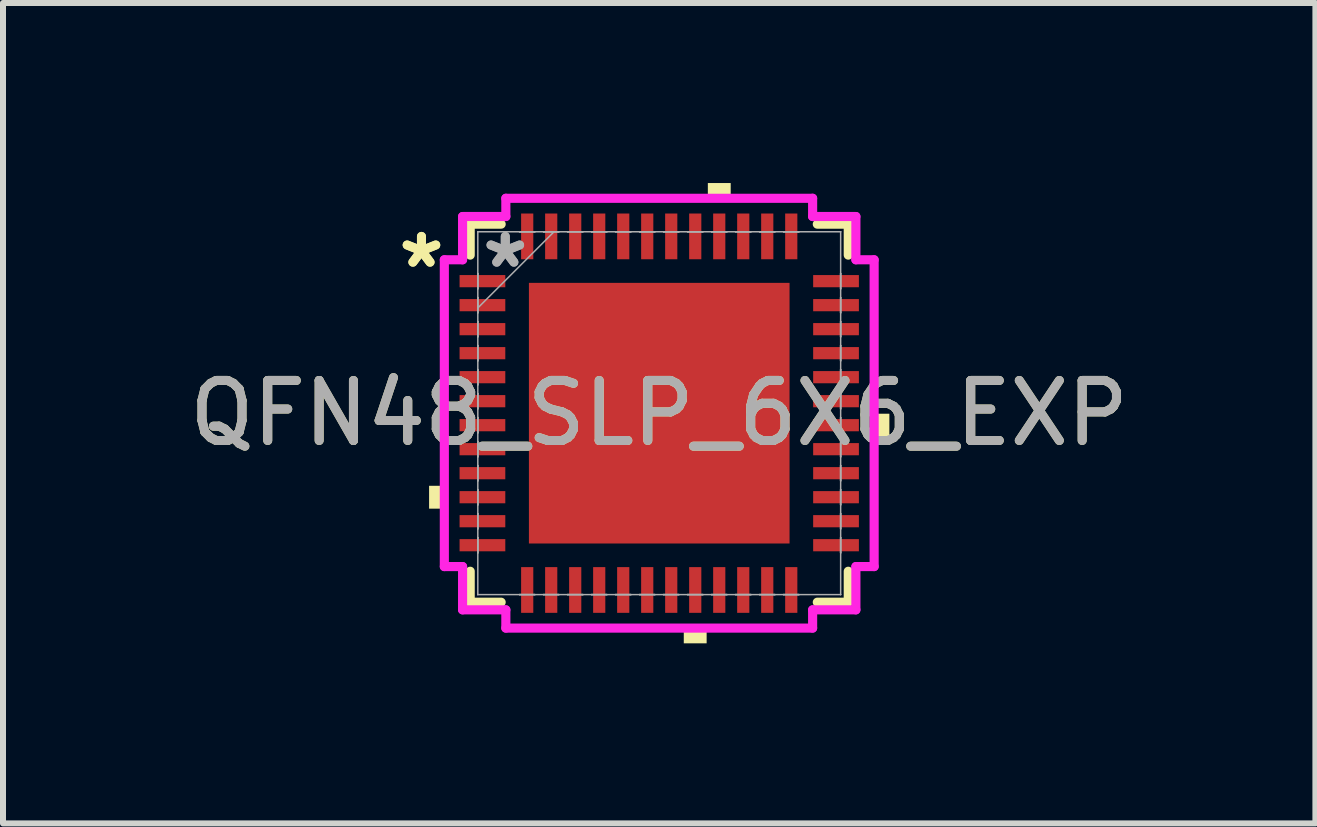
<source format=kicad_pcb>
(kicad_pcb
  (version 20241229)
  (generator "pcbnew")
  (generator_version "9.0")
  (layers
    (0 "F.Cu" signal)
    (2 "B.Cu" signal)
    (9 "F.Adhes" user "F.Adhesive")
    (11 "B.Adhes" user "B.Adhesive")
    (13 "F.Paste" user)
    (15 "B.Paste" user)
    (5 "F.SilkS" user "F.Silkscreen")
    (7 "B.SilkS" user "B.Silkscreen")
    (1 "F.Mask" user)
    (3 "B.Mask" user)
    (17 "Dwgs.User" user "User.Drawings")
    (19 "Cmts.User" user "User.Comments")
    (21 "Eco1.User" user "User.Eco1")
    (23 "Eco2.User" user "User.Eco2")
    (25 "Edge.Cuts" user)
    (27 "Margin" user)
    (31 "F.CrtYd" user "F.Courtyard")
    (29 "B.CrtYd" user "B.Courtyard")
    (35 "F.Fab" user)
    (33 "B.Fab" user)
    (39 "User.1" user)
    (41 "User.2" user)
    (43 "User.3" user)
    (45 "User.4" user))
  (footprint "QFN48_SLP_6X6_EXP"
    (layer "F.Cu")
    (at 7.935 3.835)
    (property "Reference" "QFN48_SLP_6X6_EXP" (at 0 0 0) (unlocked yes) (layer "F.SilkS") (effects (font (size 1 1) (thickness 0.15))))
    (attr smd)
    (fp_line (start -3.15 -3.15) (end -3.15 -2.634) (stroke (width 0.152) (type solid)) (layer "F.SilkS"))
    (fp_line (start -3.15 2.634) (end -3.15 3.15) (stroke (width 0.152) (type solid)) (layer "F.SilkS"))
    (fp_line (start -3.15 3.15) (end -2.634 3.15) (stroke (width 0.152) (type solid)) (layer "F.SilkS"))
    (fp_line (start -2.634 -3.15) (end -3.15 -3.15) (stroke (width 0.152) (type solid)) (layer "F.SilkS"))
    (fp_line (start 2.634 3.15) (end 3.15 3.15) (stroke (width 0.152) (type solid)) (layer "F.SilkS"))
    (fp_line (start 3.15 -3.15) (end 2.634 -3.15) (stroke (width 0.152) (type solid)) (layer "F.SilkS"))
    (fp_line (start 3.15 -2.634) (end 3.15 -3.15) (stroke (width 0.152) (type solid)) (layer "F.SilkS"))
    (fp_line (start 3.15 3.15) (end 3.15 2.634) (stroke (width 0.152) (type solid)) (layer "F.SilkS"))
    (fp_poly (pts (xy -3.835 1.21) (xy -3.835 1.591) (xy -3.581 1.591) (xy -3.581 1.21)) (stroke (width 0) (type solid)) (fill yes) (layer "F.SilkS"))
    (fp_poly (pts (xy 0.409 3.581) (xy 0.409 3.835) (xy 0.79 3.835) (xy 0.79 3.581)) (stroke (width 0) (type solid)) (fill yes) (layer "F.SilkS"))
    (fp_poly (pts (xy 0.81 -3.581) (xy 0.81 -3.835) (xy 1.191 -3.835) (xy 1.191 -3.581)) (stroke (width 0) (type solid)) (fill yes) (layer "F.SilkS"))
    (fp_poly (pts (xy 3.835 0.009) (xy 3.835 0.391) (xy 3.581 0.391) (xy 3.581 0.009)) (stroke (width 0) (type solid)) (fill yes) (layer "F.SilkS"))
    (fp_poly (pts (xy -2.072 -2.072) (xy -2.072 -0.824) (xy -0.824 -0.824) (xy -0.824 -2.072)) (stroke (width 0) (type solid)) (fill yes) (layer "F.Paste"))
    (fp_poly (pts (xy -2.072 -0.624) (xy -2.072 0.624) (xy -0.824 0.624) (xy -0.824 -0.624)) (stroke (width 0) (type solid)) (fill yes) (layer "F.Paste"))
    (fp_poly (pts (xy -2.072 0.824) (xy -2.072 2.072) (xy -0.824 2.072) (xy -0.824 0.824)) (stroke (width 0) (type solid)) (fill yes) (layer "F.Paste"))
    (fp_poly (pts (xy -0.624 -2.072) (xy -0.624 -0.824) (xy 0.624 -0.824) (xy 0.624 -2.072)) (stroke (width 0) (type solid)) (fill yes) (layer "F.Paste"))
    (fp_poly (pts (xy -0.624 -0.624) (xy -0.624 0.624) (xy 0.624 0.624) (xy 0.624 -0.624)) (stroke (width 0) (type solid)) (fill yes) (layer "F.Paste"))
    (fp_poly (pts (xy -0.624 0.824) (xy -0.624 2.072) (xy 0.624 2.072) (xy 0.624 0.824)) (stroke (width 0) (type solid)) (fill yes) (layer "F.Paste"))
    (fp_poly (pts (xy 0.824 -2.072) (xy 0.824 -0.824) (xy 2.072 -0.824) (xy 2.072 -2.072)) (stroke (width 0) (type solid)) (fill yes) (layer "F.Paste"))
    (fp_poly (pts (xy 0.824 -0.624) (xy 0.824 0.624) (xy 2.072 0.624) (xy 2.072 -0.624)) (stroke (width 0) (type solid)) (fill yes) (layer "F.Paste"))
    (fp_poly (pts (xy 0.824 0.824) (xy 0.824 2.072) (xy 2.072 2.072) (xy 2.072 0.824)) (stroke (width 0) (type solid)) (fill yes) (layer "F.Paste"))
    (fp_line (start -3.581 -2.556) (end -3.277 -2.556) (stroke (width 0.152) (type solid)) (layer "F.CrtYd"))
    (fp_line (start -3.581 2.556) (end -3.581 -2.556) (stroke (width 0.152) (type solid)) (layer "F.CrtYd"))
    (fp_line (start -3.277 -3.277) (end -2.556 -3.277) (stroke (width 0.152) (type solid)) (layer "F.CrtYd"))
    (fp_line (start -3.277 -2.556) (end -3.277 -3.277) (stroke (width 0.152) (type solid)) (layer "F.CrtYd"))
    (fp_line (start -3.277 2.556) (end -3.581 2.556) (stroke (width 0.152) (type solid)) (layer "F.CrtYd"))
    (fp_line (start -3.277 3.277) (end -3.277 2.556) (stroke (width 0.152) (type solid)) (layer "F.CrtYd"))
    (fp_line (start -2.556 -3.581) (end 2.556 -3.581) (stroke (width 0.152) (type solid)) (layer "F.CrtYd"))
    (fp_line (start -2.556 -3.277) (end -2.556 -3.581) (stroke (width 0.152) (type solid)) (layer "F.CrtYd"))
    (fp_line (start -2.556 3.277) (end -3.277 3.277) (stroke (width 0.152) (type solid)) (layer "F.CrtYd"))
    (fp_line (start -2.556 3.581) (end -2.556 3.277) (stroke (width 0.152) (type solid)) (layer "F.CrtYd"))
    (fp_line (start 2.556 -3.581) (end 2.556 -3.277) (stroke (width 0.152) (type solid)) (layer "F.CrtYd"))
    (fp_line (start 2.556 -3.277) (end 3.277 -3.277) (stroke (width 0.152) (type solid)) (layer "F.CrtYd"))
    (fp_line (start 2.556 3.277) (end 2.556 3.581) (stroke (width 0.152) (type solid)) (layer "F.CrtYd"))
    (fp_line (start 2.556 3.581) (end -2.556 3.581) (stroke (width 0.152) (type solid)) (layer "F.CrtYd"))
    (fp_line (start 3.277 -3.277) (end 3.277 -2.556) (stroke (width 0.152) (type solid)) (layer "F.CrtYd"))
    (fp_line (start 3.277 -2.556) (end 3.581 -2.556) (stroke (width 0.152) (type solid)) (layer "F.CrtYd"))
    (fp_line (start 3.277 2.556) (end 3.277 3.277) (stroke (width 0.152) (type solid)) (layer "F.CrtYd"))
    (fp_line (start 3.277 3.277) (end 2.556 3.277) (stroke (width 0.152) (type solid)) (layer "F.CrtYd"))
    (fp_line (start 3.581 -2.556) (end 3.581 2.556) (stroke (width 0.152) (type solid)) (layer "F.CrtYd"))
    (fp_line (start 3.581 2.556) (end 3.277 2.556) (stroke (width 0.152) (type solid)) (layer "F.CrtYd"))
    (fp_line (start -3.023 -3.023) (end -3.023 -3.023) (stroke (width 0.025) (type solid)) (layer "F.Fab"))
    (fp_line (start -3.023 -3.023) (end -3.023 3.023) (stroke (width 0.025) (type solid)) (layer "F.Fab"))
    (fp_line (start -3.023 -2.327) (end -3.023 -2.327) (stroke (width 0.025) (type solid)) (layer "F.Fab"))
    (fp_line (start -3.023 -2.327) (end -3.023 -2.073) (stroke (width 0.025) (type solid)) (layer "F.Fab"))
    (fp_line (start -3.023 -2.073) (end -3.023 -2.327) (stroke (width 0.025) (type solid)) (layer "F.Fab"))
    (fp_line (start -3.023 -2.073) (end -3.023 -2.073) (stroke (width 0.025) (type solid)) (layer "F.Fab"))
    (fp_line (start -3.023 -1.927) (end -3.023 -1.927) (stroke (width 0.025) (type solid)) (layer "F.Fab"))
    (fp_line (start -3.023 -1.927) (end -3.023 -1.673) (stroke (width 0.025) (type solid)) (layer "F.Fab"))
    (fp_line (start -3.023 -1.753) (end -1.753 -3.023) (stroke (width 0.025) (type solid)) (layer "F.Fab"))
    (fp_line (start -3.023 -1.673) (end -3.023 -1.927) (stroke (width 0.025) (type solid)) (layer "F.Fab"))
    (fp_line (start -3.023 -1.673) (end -3.023 -1.673) (stroke (width 0.025) (type solid)) (layer "F.Fab"))
    (fp_line (start -3.023 -1.527) (end -3.023 -1.527) (stroke (width 0.025) (type solid)) (layer "F.Fab"))
    (fp_line (start -3.023 -1.527) (end -3.023 -1.273) (stroke (width 0.025) (type solid)) (layer "F.Fab"))
    (fp_line (start -3.023 -1.273) (end -3.023 -1.527) (stroke (width 0.025) (type solid)) (layer "F.Fab"))
    (fp_line (start -3.023 -1.273) (end -3.023 -1.273) (stroke (width 0.025) (type solid)) (layer "F.Fab"))
    (fp_line (start -3.023 -1.127) (end -3.023 -1.127) (stroke (width 0.025) (type solid)) (layer "F.Fab"))
    (fp_line (start -3.023 -1.127) (end -3.023 -0.873) (stroke (width 0.025) (type solid)) (layer "F.Fab"))
    (fp_line (start -3.023 -0.873) (end -3.023 -1.127) (stroke (width 0.025) (type solid)) (layer "F.Fab"))
    (fp_line (start -3.023 -0.873) (end -3.023 -0.873) (stroke (width 0.025) (type solid)) (layer "F.Fab"))
    (fp_line (start -3.023 -0.727) (end -3.023 -0.727) (stroke (width 0.025) (type solid)) (layer "F.Fab"))
    (fp_line (start -3.023 -0.727) (end -3.023 -0.473) (stroke (width 0.025) (type solid)) (layer "F.Fab"))
    (fp_line (start -3.023 -0.473) (end -3.023 -0.727) (stroke (width 0.025) (type solid)) (layer "F.Fab"))
    (fp_line (start -3.023 -0.473) (end -3.023 -0.473) (stroke (width 0.025) (type solid)) (layer "F.Fab"))
    (fp_line (start -3.023 -0.327) (end -3.023 -0.327) (stroke (width 0.025) (type solid)) (layer "F.Fab"))
    (fp_line (start -3.023 -0.327) (end -3.023 -0.073) (stroke (width 0.025) (type solid)) (layer "F.Fab"))
    (fp_line (start -3.023 -0.073) (end -3.023 -0.327) (stroke (width 0.025) (type solid)) (layer "F.Fab"))
    (fp_line (start -3.023 -0.073) (end -3.023 -0.073) (stroke (width 0.025) (type solid)) (layer "F.Fab"))
    (fp_line (start -3.023 0.073) (end -3.023 0.073) (stroke (width 0.025) (type solid)) (layer "F.Fab"))
    (fp_line (start -3.023 0.073) (end -3.023 0.327) (stroke (width 0.025) (type solid)) (layer "F.Fab"))
    (fp_line (start -3.023 0.327) (end -3.023 0.073) (stroke (width 0.025) (type solid)) (layer "F.Fab"))
    (fp_line (start -3.023 0.327) (end -3.023 0.327) (stroke (width 0.025) (type solid)) (layer "F.Fab"))
    (fp_line (start -3.023 0.473) (end -3.023 0.473) (stroke (width 0.025) (type solid)) (layer "F.Fab"))
    (fp_line (start -3.023 0.473) (end -3.023 0.727) (stroke (width 0.025) (type solid)) (layer "F.Fab"))
    (fp_line (start -3.023 0.727) (end -3.023 0.473) (stroke (width 0.025) (type solid)) (layer "F.Fab"))
    (fp_line (start -3.023 0.727) (end -3.023 0.727) (stroke (width 0.025) (type solid)) (layer "F.Fab"))
    (fp_line (start -3.023 0.873) (end -3.023 0.873) (stroke (width 0.025) (type solid)) (layer "F.Fab"))
    (fp_line (start -3.023 0.873) (end -3.023 1.127) (stroke (width 0.025) (type solid)) (layer "F.Fab"))
    (fp_line (start -3.023 1.127) (end -3.023 0.873) (stroke (width 0.025) (type solid)) (layer "F.Fab"))
    (fp_line (start -3.023 1.127) (end -3.023 1.127) (stroke (width 0.025) (type solid)) (layer "F.Fab"))
    (fp_line (start -3.023 1.273) (end -3.023 1.273) (stroke (width 0.025) (type solid)) (layer "F.Fab"))
    (fp_line (start -3.023 1.273) (end -3.023 1.527) (stroke (width 0.025) (type solid)) (layer "F.Fab"))
    (fp_line (start -3.023 1.527) (end -3.023 1.273) (stroke (width 0.025) (type solid)) (layer "F.Fab"))
    (fp_line (start -3.023 1.527) (end -3.023 1.527) (stroke (width 0.025) (type solid)) (layer "F.Fab"))
    (fp_line (start -3.023 1.673) (end -3.023 1.673) (stroke (width 0.025) (type solid)) (layer "F.Fab"))
    (fp_line (start -3.023 1.673) (end -3.023 1.927) (stroke (width 0.025) (type solid)) (layer "F.Fab"))
    (fp_line (start -3.023 1.927) (end -3.023 1.673) (stroke (width 0.025) (type solid)) (layer "F.Fab"))
    (fp_line (start -3.023 1.927) (end -3.023 1.927) (stroke (width 0.025) (type solid)) (layer "F.Fab"))
    (fp_line (start -3.023 2.073) (end -3.023 2.073) (stroke (width 0.025) (type solid)) (layer "F.Fab"))
    (fp_line (start -3.023 2.073) (end -3.023 2.327) (stroke (width 0.025) (type solid)) (layer "F.Fab"))
    (fp_line (start -3.023 2.327) (end -3.023 2.073) (stroke (width 0.025) (type solid)) (layer "F.Fab"))
    (fp_line (start -3.023 2.327) (end -3.023 2.327) (stroke (width 0.025) (type solid)) (layer "F.Fab"))
    (fp_line (start -3.023 3.023) (end -3.023 3.023) (stroke (width 0.025) (type solid)) (layer "F.Fab"))
    (fp_line (start -3.023 3.023) (end 3.023 3.023) (stroke (width 0.025) (type solid)) (layer "F.Fab"))
    (fp_line (start -2.327 -3.023) (end -2.327 -3.023) (stroke (width 0.025) (type solid)) (layer "F.Fab"))
    (fp_line (start -2.327 -3.023) (end -2.073 -3.023) (stroke (width 0.025) (type solid)) (layer "F.Fab"))
    (fp_line (start -2.327 3.023) (end -2.327 3.023) (stroke (width 0.025) (type solid)) (layer "F.Fab"))
    (fp_line (start -2.327 3.023) (end -2.073 3.023) (stroke (width 0.025) (type solid)) (layer "F.Fab"))
    (fp_line (start -2.073 -3.023) (end -2.327 -3.023) (stroke (width 0.025) (type solid)) (layer "F.Fab"))
    (fp_line (start -2.073 -3.023) (end -2.073 -3.023) (stroke (width 0.025) (type solid)) (layer "F.Fab"))
    (fp_line (start -2.073 3.023) (end -2.327 3.023) (stroke (width 0.025) (type solid)) (layer "F.Fab"))
    (fp_line (start -2.073 3.023) (end -2.073 3.023) (stroke (width 0.025) (type solid)) (layer "F.Fab"))
    (fp_line (start -1.927 -3.023) (end -1.927 -3.023) (stroke (width 0.025) (type solid)) (layer "F.Fab"))
    (fp_line (start -1.927 -3.023) (end -1.673 -3.023) (stroke (width 0.025) (type solid)) (layer "F.Fab"))
    (fp_line (start -1.927 3.023) (end -1.927 3.023) (stroke (width 0.025) (type solid)) (layer "F.Fab"))
    (fp_line (start -1.927 3.023) (end -1.673 3.023) (stroke (width 0.025) (type solid)) (layer "F.Fab"))
    (fp_line (start -1.673 -3.023) (end -1.927 -3.023) (stroke (width 0.025) (type solid)) (layer "F.Fab"))
    (fp_line (start -1.673 -3.023) (end -1.673 -3.023) (stroke (width 0.025) (type solid)) (layer "F.Fab"))
    (fp_line (start -1.673 3.023) (end -1.927 3.023) (stroke (width 0.025) (type solid)) (layer "F.Fab"))
    (fp_line (start -1.673 3.023) (end -1.673 3.023) (stroke (width 0.025) (type solid)) (layer "F.Fab"))
    (fp_line (start -1.527 -3.023) (end -1.527 -3.023) (stroke (width 0.025) (type solid)) (layer "F.Fab"))
    (fp_line (start -1.527 -3.023) (end -1.273 -3.023) (stroke (width 0.025) (type solid)) (layer "F.Fab"))
    (fp_line (start -1.527 3.023) (end -1.527 3.023) (stroke (width 0.025) (type solid)) (layer "F.Fab"))
    (fp_line (start -1.527 3.023) (end -1.273 3.023) (stroke (width 0.025) (type solid)) (layer "F.Fab"))
    (fp_line (start -1.273 -3.023) (end -1.527 -3.023) (stroke (width 0.025) (type solid)) (layer "F.Fab"))
    (fp_line (start -1.273 -3.023) (end -1.273 -3.023) (stroke (width 0.025) (type solid)) (layer "F.Fab"))
    (fp_line (start -1.273 3.023) (end -1.527 3.023) (stroke (width 0.025) (type solid)) (layer "F.Fab"))
    (fp_line (start -1.273 3.023) (end -1.273 3.023) (stroke (width 0.025) (type solid)) (layer "F.Fab"))
    (fp_line (start -1.127 -3.023) (end -1.127 -3.023) (stroke (width 0.025) (type solid)) (layer "F.Fab"))
    (fp_line (start -1.127 -3.023) (end -0.873 -3.023) (stroke (width 0.025) (type solid)) (layer "F.Fab"))
    (fp_line (start -1.127 3.023) (end -1.127 3.023) (stroke (width 0.025) (type solid)) (layer "F.Fab"))
    (fp_line (start -1.127 3.023) (end -0.873 3.023) (stroke (width 0.025) (type solid)) (layer "F.Fab"))
    (fp_line (start -0.873 -3.023) (end -1.127 -3.023) (stroke (width 0.025) (type solid)) (layer "F.Fab"))
    (fp_line (start -0.873 -3.023) (end -0.873 -3.023) (stroke (width 0.025) (type solid)) (layer "F.Fab"))
    (fp_line (start -0.873 3.023) (end -1.127 3.023) (stroke (width 0.025) (type solid)) (layer "F.Fab"))
    (fp_line (start -0.873 3.023) (end -0.873 3.023) (stroke (width 0.025) (type solid)) (layer "F.Fab"))
    (fp_line (start -0.727 -3.023) (end -0.727 -3.023) (stroke (width 0.025) (type solid)) (layer "F.Fab"))
    (fp_line (start -0.727 -3.023) (end -0.473 -3.023) (stroke (width 0.025) (type solid)) (layer "F.Fab"))
    (fp_line (start -0.727 3.023) (end -0.727 3.023) (stroke (width 0.025) (type solid)) (layer "F.Fab"))
    (fp_line (start -0.727 3.023) (end -0.473 3.023) (stroke (width 0.025) (type solid)) (layer "F.Fab"))
    (fp_line (start -0.473 -3.023) (end -0.727 -3.023) (stroke (width 0.025) (type solid)) (layer "F.Fab"))
    (fp_line (start -0.473 -3.023) (end -0.473 -3.023) (stroke (width 0.025) (type solid)) (layer "F.Fab"))
    (fp_line (start -0.473 3.023) (end -0.727 3.023) (stroke (width 0.025) (type solid)) (layer "F.Fab"))
    (fp_line (start -0.473 3.023) (end -0.473 3.023) (stroke (width 0.025) (type solid)) (layer "F.Fab"))
    (fp_line (start -0.327 -3.023) (end -0.327 -3.023) (stroke (width 0.025) (type solid)) (layer "F.Fab"))
    (fp_line (start -0.327 -3.023) (end -0.073 -3.023) (stroke (width 0.025) (type solid)) (layer "F.Fab"))
    (fp_line (start -0.327 3.023) (end -0.327 3.023) (stroke (width 0.025) (type solid)) (layer "F.Fab"))
    (fp_line (start -0.327 3.023) (end -0.073 3.023) (stroke (width 0.025) (type solid)) (layer "F.Fab"))
    (fp_line (start -0.073 -3.023) (end -0.327 -3.023) (stroke (width 0.025) (type solid)) (layer "F.Fab"))
    (fp_line (start -0.073 -3.023) (end -0.073 -3.023) (stroke (width 0.025) (type solid)) (layer "F.Fab"))
    (fp_line (start -0.073 3.023) (end -0.327 3.023) (stroke (width 0.025) (type solid)) (layer "F.Fab"))
    (fp_line (start -0.073 3.023) (end -0.073 3.023) (stroke (width 0.025) (type solid)) (layer "F.Fab"))
    (fp_line (start 0.073 -3.023) (end 0.073 -3.023) (stroke (width 0.025) (type solid)) (layer "F.Fab"))
    (fp_line (start 0.073 -3.023) (end 0.327 -3.023) (stroke (width 0.025) (type solid)) (layer "F.Fab"))
    (fp_line (start 0.073 3.023) (end 0.073 3.023) (stroke (width 0.025) (type solid)) (layer "F.Fab"))
    (fp_line (start 0.073 3.023) (end 0.327 3.023) (stroke (width 0.025) (type solid)) (layer "F.Fab"))
    (fp_line (start 0.327 -3.023) (end 0.073 -3.023) (stroke (width 0.025) (type solid)) (layer "F.Fab"))
    (fp_line (start 0.327 -3.023) (end 0.327 -3.023) (stroke (width 0.025) (type solid)) (layer "F.Fab"))
    (fp_line (start 0.327 3.023) (end 0.073 3.023) (stroke (width 0.025) (type solid)) (layer "F.Fab"))
    (fp_line (start 0.327 3.023) (end 0.327 3.023) (stroke (width 0.025) (type solid)) (layer "F.Fab"))
    (fp_line (start 0.473 -3.023) (end 0.473 -3.023) (stroke (width 0.025) (type solid)) (layer "F.Fab"))
    (fp_line (start 0.473 -3.023) (end 0.727 -3.023) (stroke (width 0.025) (type solid)) (layer "F.Fab"))
    (fp_line (start 0.473 3.023) (end 0.473 3.023) (stroke (width 0.025) (type solid)) (layer "F.Fab"))
    (fp_line (start 0.473 3.023) (end 0.727 3.023) (stroke (width 0.025) (type solid)) (layer "F.Fab"))
    (fp_line (start 0.727 -3.023) (end 0.473 -3.023) (stroke (width 0.025) (type solid)) (layer "F.Fab"))
    (fp_line (start 0.727 -3.023) (end 0.727 -3.023) (stroke (width 0.025) (type solid)) (layer "F.Fab"))
    (fp_line (start 0.727 3.023) (end 0.473 3.023) (stroke (width 0.025) (type solid)) (layer "F.Fab"))
    (fp_line (start 0.727 3.023) (end 0.727 3.023) (stroke (width 0.025) (type solid)) (layer "F.Fab"))
    (fp_line (start 0.873 -3.023) (end 0.873 -3.023) (stroke (width 0.025) (type solid)) (layer "F.Fab"))
    (fp_line (start 0.873 -3.023) (end 1.127 -3.023) (stroke (width 0.025) (type solid)) (layer "F.Fab"))
    (fp_line (start 0.873 3.023) (end 0.873 3.023) (stroke (width 0.025) (type solid)) (layer "F.Fab"))
    (fp_line (start 0.873 3.023) (end 1.127 3.023) (stroke (width 0.025) (type solid)) (layer "F.Fab"))
    (fp_line (start 1.127 -3.023) (end 0.873 -3.023) (stroke (width 0.025) (type solid)) (layer "F.Fab"))
    (fp_line (start 1.127 -3.023) (end 1.127 -3.023) (stroke (width 0.025) (type solid)) (layer "F.Fab"))
    (fp_line (start 1.127 3.023) (end 0.873 3.023) (stroke (width 0.025) (type solid)) (layer "F.Fab"))
    (fp_line (start 1.127 3.023) (end 1.127 3.023) (stroke (width 0.025) (type solid)) (layer "F.Fab"))
    (fp_line (start 1.273 -3.023) (end 1.273 -3.023) (stroke (width 0.025) (type solid)) (layer "F.Fab"))
    (fp_line (start 1.273 -3.023) (end 1.527 -3.023) (stroke (width 0.025) (type solid)) (layer "F.Fab"))
    (fp_line (start 1.273 3.023) (end 1.273 3.023) (stroke (width 0.025) (type solid)) (layer "F.Fab"))
    (fp_line (start 1.273 3.023) (end 1.527 3.023) (stroke (width 0.025) (type solid)) (layer "F.Fab"))
    (fp_line (start 1.527 -3.023) (end 1.273 -3.023) (stroke (width 0.025) (type solid)) (layer "F.Fab"))
    (fp_line (start 1.527 -3.023) (end 1.527 -3.023) (stroke (width 0.025) (type solid)) (layer "F.Fab"))
    (fp_line (start 1.527 3.023) (end 1.273 3.023) (stroke (width 0.025) (type solid)) (layer "F.Fab"))
    (fp_line (start 1.527 3.023) (end 1.527 3.023) (stroke (width 0.025) (type solid)) (layer "F.Fab"))
    (fp_line (start 1.673 -3.023) (end 1.673 -3.023) (stroke (width 0.025) (type solid)) (layer "F.Fab"))
    (fp_line (start 1.673 -3.023) (end 1.927 -3.023) (stroke (width 0.025) (type solid)) (layer "F.Fab"))
    (fp_line (start 1.673 3.023) (end 1.673 3.023) (stroke (width 0.025) (type solid)) (layer "F.Fab"))
    (fp_line (start 1.673 3.023) (end 1.927 3.023) (stroke (width 0.025) (type solid)) (layer "F.Fab"))
    (fp_line (start 1.927 -3.023) (end 1.673 -3.023) (stroke (width 0.025) (type solid)) (layer "F.Fab"))
    (fp_line (start 1.927 -3.023) (end 1.927 -3.023) (stroke (width 0.025) (type solid)) (layer "F.Fab"))
    (fp_line (start 1.927 3.023) (end 1.673 3.023) (stroke (width 0.025) (type solid)) (layer "F.Fab"))
    (fp_line (start 1.927 3.023) (end 1.927 3.023) (stroke (width 0.025) (type solid)) (layer "F.Fab"))
    (fp_line (start 2.073 -3.023) (end 2.073 -3.023) (stroke (width 0.025) (type solid)) (layer "F.Fab"))
    (fp_line (start 2.073 -3.023) (end 2.327 -3.023) (stroke (width 0.025) (type solid)) (layer "F.Fab"))
    (fp_line (start 2.073 3.023) (end 2.073 3.023) (stroke (width 0.025) (type solid)) (layer "F.Fab"))
    (fp_line (start 2.073 3.023) (end 2.327 3.023) (stroke (width 0.025) (type solid)) (layer "F.Fab"))
    (fp_line (start 2.327 -3.023) (end 2.073 -3.023) (stroke (width 0.025) (type solid)) (layer "F.Fab"))
    (fp_line (start 2.327 -3.023) (end 2.327 -3.023) (stroke (width 0.025) (type solid)) (layer "F.Fab"))
    (fp_line (start 2.327 3.023) (end 2.073 3.023) (stroke (width 0.025) (type solid)) (layer "F.Fab"))
    (fp_line (start 2.327 3.023) (end 2.327 3.023) (stroke (width 0.025) (type solid)) (layer "F.Fab"))
    (fp_line (start 3.023 -3.023) (end -3.023 -3.023) (stroke (width 0.025) (type solid)) (layer "F.Fab"))
    (fp_line (start 3.023 -3.023) (end 3.023 -3.023) (stroke (width 0.025) (type solid)) (layer "F.Fab"))
    (fp_line (start 3.023 -2.327) (end 3.023 -2.327) (stroke (width 0.025) (type solid)) (layer "F.Fab"))
    (fp_line (start 3.023 -2.327) (end 3.023 -2.073) (stroke (width 0.025) (type solid)) (layer "F.Fab"))
    (fp_line (start 3.023 -2.073) (end 3.023 -2.327) (stroke (width 0.025) (type solid)) (layer "F.Fab"))
    (fp_line (start 3.023 -2.073) (end 3.023 -2.073) (stroke (width 0.025) (type solid)) (layer "F.Fab"))
    (fp_line (start 3.023 -1.927) (end 3.023 -1.927) (stroke (width 0.025) (type solid)) (layer "F.Fab"))
    (fp_line (start 3.023 -1.927) (end 3.023 -1.673) (stroke (width 0.025) (type solid)) (layer "F.Fab"))
    (fp_line (start 3.023 -1.673) (end 3.023 -1.927) (stroke (width 0.025) (type solid)) (layer "F.Fab"))
    (fp_line (start 3.023 -1.673) (end 3.023 -1.673) (stroke (width 0.025) (type solid)) (layer "F.Fab"))
    (fp_line (start 3.023 -1.527) (end 3.023 -1.527) (stroke (width 0.025) (type solid)) (layer "F.Fab"))
    (fp_line (start 3.023 -1.527) (end 3.023 -1.273) (stroke (width 0.025) (type solid)) (layer "F.Fab"))
    (fp_line (start 3.023 -1.273) (end 3.023 -1.527) (stroke (width 0.025) (type solid)) (layer "F.Fab"))
    (fp_line (start 3.023 -1.273) (end 3.023 -1.273) (stroke (width 0.025) (type solid)) (layer "F.Fab"))
    (fp_line (start 3.023 -1.127) (end 3.023 -1.127) (stroke (width 0.025) (type solid)) (layer "F.Fab"))
    (fp_line (start 3.023 -1.127) (end 3.023 -0.873) (stroke (width 0.025) (type solid)) (layer "F.Fab"))
    (fp_line (start 3.023 -0.873) (end 3.023 -1.127) (stroke (width 0.025) (type solid)) (layer "F.Fab"))
    (fp_line (start 3.023 -0.873) (end 3.023 -0.873) (stroke (width 0.025) (type solid)) (layer "F.Fab"))
    (fp_line (start 3.023 -0.727) (end 3.023 -0.727) (stroke (width 0.025) (type solid)) (layer "F.Fab"))
    (fp_line (start 3.023 -0.727) (end 3.023 -0.473) (stroke (width 0.025) (type solid)) (layer "F.Fab"))
    (fp_line (start 3.023 -0.473) (end 3.023 -0.727) (stroke (width 0.025) (type solid)) (layer "F.Fab"))
    (fp_line (start 3.023 -0.473) (end 3.023 -0.473) (stroke (width 0.025) (type solid)) (layer "F.Fab"))
    (fp_line (start 3.023 -0.327) (end 3.023 -0.327) (stroke (width 0.025) (type solid)) (layer "F.Fab"))
    (fp_line (start 3.023 -0.327) (end 3.023 -0.073) (stroke (width 0.025) (type solid)) (layer "F.Fab"))
    (fp_line (start 3.023 -0.073) (end 3.023 -0.327) (stroke (width 0.025) (type solid)) (layer "F.Fab"))
    (fp_line (start 3.023 -0.073) (end 3.023 -0.073) (stroke (width 0.025) (type solid)) (layer "F.Fab"))
    (fp_line (start 3.023 0.073) (end 3.023 0.073) (stroke (width 0.025) (type solid)) (layer "F.Fab"))
    (fp_line (start 3.023 0.073) (end 3.023 0.327) (stroke (width 0.025) (type solid)) (layer "F.Fab"))
    (fp_line (start 3.023 0.327) (end 3.023 0.073) (stroke (width 0.025) (type solid)) (layer "F.Fab"))
    (fp_line (start 3.023 0.327) (end 3.023 0.327) (stroke (width 0.025) (type solid)) (layer "F.Fab"))
    (fp_line (start 3.023 0.473) (end 3.023 0.473) (stroke (width 0.025) (type solid)) (layer "F.Fab"))
    (fp_line (start 3.023 0.473) (end 3.023 0.727) (stroke (width 0.025) (type solid)) (layer "F.Fab"))
    (fp_line (start 3.023 0.727) (end 3.023 0.473) (stroke (width 0.025) (type solid)) (layer "F.Fab"))
    (fp_line (start 3.023 0.727) (end 3.023 0.727) (stroke (width 0.025) (type solid)) (layer "F.Fab"))
    (fp_line (start 3.023 0.873) (end 3.023 0.873) (stroke (width 0.025) (type solid)) (layer "F.Fab"))
    (fp_line (start 3.023 0.873) (end 3.023 1.127) (stroke (width 0.025) (type solid)) (layer "F.Fab"))
    (fp_line (start 3.023 1.127) (end 3.023 0.873) (stroke (width 0.025) (type solid)) (layer "F.Fab"))
    (fp_line (start 3.023 1.127) (end 3.023 1.127) (stroke (width 0.025) (type solid)) (layer "F.Fab"))
    (fp_line (start 3.023 1.273) (end 3.023 1.273) (stroke (width 0.025) (type solid)) (layer "F.Fab"))
    (fp_line (start 3.023 1.273) (end 3.023 1.527) (stroke (width 0.025) (type solid)) (layer "F.Fab"))
    (fp_line (start 3.023 1.527) (end 3.023 1.273) (stroke (width 0.025) (type solid)) (layer "F.Fab"))
    (fp_line (start 3.023 1.527) (end 3.023 1.527) (stroke (width 0.025) (type solid)) (layer "F.Fab"))
    (fp_line (start 3.023 1.673) (end 3.023 1.673) (stroke (width 0.025) (type solid)) (layer "F.Fab"))
    (fp_line (start 3.023 1.673) (end 3.023 1.927) (stroke (width 0.025) (type solid)) (layer "F.Fab"))
    (fp_line (start 3.023 1.927) (end 3.023 1.673) (stroke (width 0.025) (type solid)) (layer "F.Fab"))
    (fp_line (start 3.023 1.927) (end 3.023 1.927) (stroke (width 0.025) (type solid)) (layer "F.Fab"))
    (fp_line (start 3.023 2.073) (end 3.023 2.073) (stroke (width 0.025) (type solid)) (layer "F.Fab"))
    (fp_line (start 3.023 2.073) (end 3.023 2.327) (stroke (width 0.025) (type solid)) (layer "F.Fab"))
    (fp_line (start 3.023 2.327) (end 3.023 2.073) (stroke (width 0.025) (type solid)) (layer "F.Fab"))
    (fp_line (start 3.023 2.327) (end 3.023 2.327) (stroke (width 0.025) (type solid)) (layer "F.Fab"))
    (fp_line (start 3.023 3.023) (end 3.023 -3.023) (stroke (width 0.025) (type solid)) (layer "F.Fab"))
    (fp_line (start 3.023 3.023) (end 3.023 3.023) (stroke (width 0.025) (type solid)) (layer "F.Fab"))
    (fp_text user "*" (at -3.962 -2.4 0) (unlocked yes) (layer "F.SilkS") (effects (font (size 1 1) (thickness 0.15))))
    (fp_text user "*" (at -3.962 -2.4 0) (layer "F.SilkS") (effects (font (size 1 1) (thickness 0.15))))
    (fp_text user "*" (at -2.565 -2.4 0) (layer "F.Fab") (effects (font (size 1 1) (thickness 0.15))))
    (fp_text user "${REFERENCE}" (at 0 0 0) (unlocked yes) (layer "F.Fab") (effects (font (size 1 1) (thickness 0.15))))
    (fp_text user "*" (at -2.565 -2.4 0) (unlocked yes) (layer "F.Fab") (effects (font (size 1 1) (thickness 0.15))))
    (pad "1" smd rect (at -2.946 -2.2 90) (size 0.203 0.762) (layers "F.Cu" "F.Mask" "F.Paste"))
    (pad "2" smd rect (at -2.946 -1.8 90) (size 0.203 0.762) (layers "F.Cu" "F.Mask" "F.Paste"))
    (pad "3" smd rect (at -2.946 -1.4 90) (size 0.203 0.762) (layers "F.Cu" "F.Mask" "F.Paste"))
    (pad "4" smd rect (at -2.946 -1 90) (size 0.203 0.762) (layers "F.Cu" "F.Mask" "F.Paste"))
    (pad "5" smd rect (at -2.946 -0.6 90) (size 0.203 0.762) (layers "F.Cu" "F.Mask" "F.Paste"))
    (pad "6" smd rect (at -2.946 -0.2 90) (size 0.203 0.762) (layers "F.Cu" "F.Mask" "F.Paste"))
    (pad "7" smd rect (at -2.946 0.2 90) (size 0.203 0.762) (layers "F.Cu" "F.Mask" "F.Paste"))
    (pad "8" smd rect (at -2.946 0.6 90) (size 0.203 0.762) (layers "F.Cu" "F.Mask" "F.Paste"))
    (pad "9" smd rect (at -2.946 1 90) (size 0.203 0.762) (layers "F.Cu" "F.Mask" "F.Paste"))
    (pad "10" smd rect (at -2.946 1.4 90) (size 0.203 0.762) (layers "F.Cu" "F.Mask" "F.Paste"))
    (pad "11" smd rect (at -2.946 1.8 90) (size 0.203 0.762) (layers "F.Cu" "F.Mask" "F.Paste"))
    (pad "12" smd rect (at -2.946 2.2 90) (size 0.203 0.762) (layers "F.Cu" "F.Mask" "F.Paste"))
    (pad "13" smd rect (at -2.2 2.946) (size 0.203 0.762) (layers "F.Cu" "F.Mask" "F.Paste"))
    (pad "14" smd rect (at -1.8 2.946) (size 0.203 0.762) (layers "F.Cu" "F.Mask" "F.Paste"))
    (pad "15" smd rect (at -1.4 2.946) (size 0.203 0.762) (layers "F.Cu" "F.Mask" "F.Paste"))
    (pad "16" smd rect (at -1 2.946) (size 0.203 0.762) (layers "F.Cu" "F.Mask" "F.Paste"))
    (pad "17" smd rect (at -0.6 2.946) (size 0.203 0.762) (layers "F.Cu" "F.Mask" "F.Paste"))
    (pad "18" smd rect (at -0.2 2.946) (size 0.203 0.762) (layers "F.Cu" "F.Mask" "F.Paste"))
    (pad "19" smd rect (at 0.2 2.946) (size 0.203 0.762) (layers "F.Cu" "F.Mask" "F.Paste"))
    (pad "20" smd rect (at 0.6 2.946) (size 0.203 0.762) (layers "F.Cu" "F.Mask" "F.Paste"))
    (pad "21" smd rect (at 1 2.946) (size 0.203 0.762) (layers "F.Cu" "F.Mask" "F.Paste"))
    (pad "22" smd rect (at 1.4 2.946) (size 0.203 0.762) (layers "F.Cu" "F.Mask" "F.Paste"))
    (pad "23" smd rect (at 1.8 2.946) (size 0.203 0.762) (layers "F.Cu" "F.Mask" "F.Paste"))
    (pad "24" smd rect (at 2.2 2.946) (size 0.203 0.762) (layers "F.Cu" "F.Mask" "F.Paste"))
    (pad "25" smd rect (at 2.946 2.2 90) (size 0.203 0.762) (layers "F.Cu" "F.Mask" "F.Paste"))
    (pad "26" smd rect (at 2.946 1.8 90) (size 0.203 0.762) (layers "F.Cu" "F.Mask" "F.Paste"))
    (pad "27" smd rect (at 2.946 1.4 90) (size 0.203 0.762) (layers "F.Cu" "F.Mask" "F.Paste"))
    (pad "28" smd rect (at 2.946 1 90) (size 0.203 0.762) (layers "F.Cu" "F.Mask" "F.Paste"))
    (pad "29" smd rect (at 2.946 0.6 90) (size 0.203 0.762) (layers "F.Cu" "F.Mask" "F.Paste"))
    (pad "30" smd rect (at 2.946 0.2 90) (size 0.203 0.762) (layers "F.Cu" "F.Mask" "F.Paste"))
    (pad "31" smd rect (at 2.946 -0.2 90) (size 0.203 0.762) (layers "F.Cu" "F.Mask" "F.Paste"))
    (pad "32" smd rect (at 2.946 -0.6 90) (size 0.203 0.762) (layers "F.Cu" "F.Mask" "F.Paste"))
    (pad "33" smd rect (at 2.946 -1 90) (size 0.203 0.762) (layers "F.Cu" "F.Mask" "F.Paste"))
    (pad "34" smd rect (at 2.946 -1.4 90) (size 0.203 0.762) (layers "F.Cu" "F.Mask" "F.Paste"))
    (pad "35" smd rect (at 2.946 -1.8 90) (size 0.203 0.762) (layers "F.Cu" "F.Mask" "F.Paste"))
    (pad "36" smd rect (at 2.946 -2.2 90) (size 0.203 0.762) (layers "F.Cu" "F.Mask" "F.Paste"))
    (pad "37" smd rect (at 2.2 -2.946) (size 0.203 0.762) (layers "F.Cu" "F.Mask" "F.Paste"))
    (pad "38" smd rect (at 1.8 -2.946) (size 0.203 0.762) (layers "F.Cu" "F.Mask" "F.Paste"))
    (pad "39" smd rect (at 1.4 -2.946) (size 0.203 0.762) (layers "F.Cu" "F.Mask" "F.Paste"))
    (pad "40" smd rect (at 1 -2.946) (size 0.203 0.762) (layers "F.Cu" "F.Mask" "F.Paste"))
    (pad "41" smd rect (at 0.6 -2.946) (size 0.203 0.762) (layers "F.Cu" "F.Mask" "F.Paste"))
    (pad "42" smd rect (at 0.2 -2.946) (size 0.203 0.762) (layers "F.Cu" "F.Mask" "F.Paste"))
    (pad "43" smd rect (at -0.2 -2.946) (size 0.203 0.762) (layers "F.Cu" "F.Mask" "F.Paste"))
    (pad "44" smd rect (at -0.6 -2.946) (size 0.203 0.762) (layers "F.Cu" "F.Mask" "F.Paste"))
    (pad "45" smd rect (at -1 -2.946) (size 0.203 0.762) (layers "F.Cu" "F.Mask" "F.Paste"))
    (pad "46" smd rect (at -1.4 -2.946) (size 0.203 0.762) (layers "F.Cu" "F.Mask" "F.Paste"))
    (pad "47" smd rect (at -1.8 -2.946) (size 0.203 0.762) (layers "F.Cu" "F.Mask" "F.Paste"))
    (pad "48" smd rect (at -2.2 -2.946) (size 0.203 0.762) (layers "F.Cu" "F.Mask" "F.Paste"))
    (pad "49" smd rect (at 0 0) (size 4.343 4.343) (layers "F.Cu" "F.Mask")))
  (gr_rect
    (start -3 -3)
    (end 18.869 10.671)
    (stroke (width 0.1) (type default))
    (fill no)
    (layer "Edge.Cuts")))
</source>
